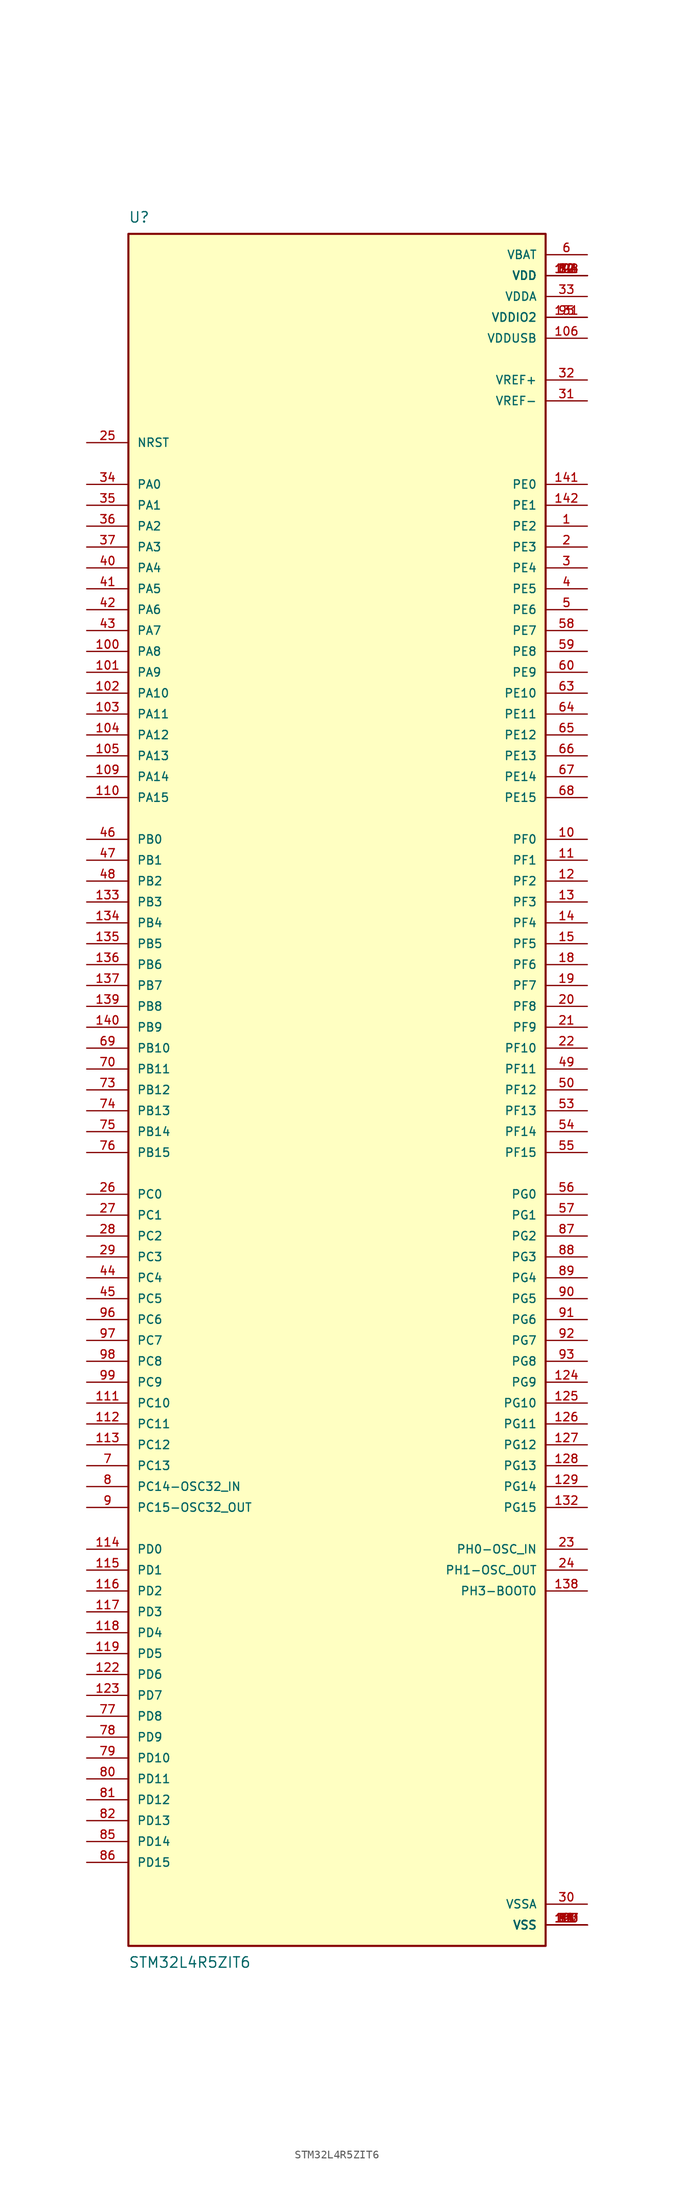
<source format=kicad_sym>
(kicad_symbol_lib
  (version 20211014)
  (generator kicad_symbol_editor)
  (symbol "STM32L4R5ZIT6"
    (pin_names
      (offset 1.016))
    (property "Reference" "U"
      (at -25.4 105.41 0)
      (effects (font (size 1.27 1.27)) (justify bottom left)))
    (property "Value" "STM32L4R5ZIT6"
      (at -25.4 -105.41 0.0)
      (effects (font (size 1.27 1.27)) (justify top left)))
    (symbol "STM32L4R5ZIT6_0_0"
      (rectangle (start -25.4 -104.14) (end 25.4 104.14) (stroke (width 0.254)) (fill (type background)))
      (pin bidirectional line (at 30.48 68.58 180.0) (length 5.08) (name "PE2" (effects (font (size 1.016 1.016)))) (number "1" (effects (font (size 1.016 1.016)))))
      (pin bidirectional line (at 30.48 66.04 180.0) (length 5.08) (name "PE3" (effects (font (size 1.016 1.016)))) (number "2" (effects (font (size 1.016 1.016)))))
      (pin bidirectional line (at 30.48 63.5 180.0) (length 5.08) (name "PE4" (effects (font (size 1.016 1.016)))) (number "3" (effects (font (size 1.016 1.016)))))
      (pin bidirectional line (at 30.48 60.96 180.0) (length 5.08) (name "PE5" (effects (font (size 1.016 1.016)))) (number "4" (effects (font (size 1.016 1.016)))))
      (pin bidirectional line (at 30.48 58.42 180.0) (length 5.08) (name "PE6" (effects (font (size 1.016 1.016)))) (number "5" (effects (font (size 1.016 1.016)))))
      (pin power_in line (at 30.48 101.6 180.0) (length 5.08) (name "VBAT" (effects (font (size 1.016 1.016)))) (number "6" (effects (font (size 1.016 1.016)))))
      (pin bidirectional line (at -30.48 -45.72 0) (length 5.08) (name "PC13" (effects (font (size 1.016 1.016)))) (number "7" (effects (font (size 1.016 1.016)))))
      (pin bidirectional line (at -30.48 -48.26 0) (length 5.08) (name "PC14-OSC32_IN" (effects (font (size 1.016 1.016)))) (number "8" (effects (font (size 1.016 1.016)))))
      (pin bidirectional line (at -30.48 -50.8 0) (length 5.08) (name "PC15-OSC32_OUT" (effects (font (size 1.016 1.016)))) (number "9" (effects (font (size 1.016 1.016)))))
      (pin bidirectional line (at 30.48 30.48 180.0) (length 5.08) (name "PF0" (effects (font (size 1.016 1.016)))) (number "10" (effects (font (size 1.016 1.016)))))
      (pin bidirectional line (at 30.48 27.94 180.0) (length 5.08) (name "PF1" (effects (font (size 1.016 1.016)))) (number "11" (effects (font (size 1.016 1.016)))))
      (pin bidirectional line (at 30.48 25.4 180.0) (length 5.08) (name "PF2" (effects (font (size 1.016 1.016)))) (number "12" (effects (font (size 1.016 1.016)))))
      (pin bidirectional line (at 30.48 22.86 180.0) (length 5.08) (name "PF3" (effects (font (size 1.016 1.016)))) (number "13" (effects (font (size 1.016 1.016)))))
      (pin bidirectional line (at 30.48 20.32 180.0) (length 5.08) (name "PF4" (effects (font (size 1.016 1.016)))) (number "14" (effects (font (size 1.016 1.016)))))
      (pin bidirectional line (at 30.48 17.78 180.0) (length 5.08) (name "PF5" (effects (font (size 1.016 1.016)))) (number "15" (effects (font (size 1.016 1.016)))))
      (pin power_in line (at 30.48 -101.6 180.0) (length 5.08) (name "VSS" (effects (font (size 1.016 1.016)))) (number "16" (effects (font (size 1.016 1.016)))))
      (pin power_in line (at 30.48 -101.6 180.0) (length 5.08) (name "VSS" (effects (font (size 1.016 1.016)))) (number "38" (effects (font (size 1.016 1.016)))))
      (pin power_in line (at 30.48 -101.6 180.0) (length 5.08) (name "VSS" (effects (font (size 1.016 1.016)))) (number "51" (effects (font (size 1.016 1.016)))))
      (pin power_in line (at 30.48 -101.6 180.0) (length 5.08) (name "VSS" (effects (font (size 1.016 1.016)))) (number "61" (effects (font (size 1.016 1.016)))))
      (pin power_in line (at 30.48 -101.6 180.0) (length 5.08) (name "VSS" (effects (font (size 1.016 1.016)))) (number "71" (effects (font (size 1.016 1.016)))))
      (pin power_in line (at 30.48 -101.6 180.0) (length 5.08) (name "VSS" (effects (font (size 1.016 1.016)))) (number "83" (effects (font (size 1.016 1.016)))))
      (pin power_in line (at 30.48 -101.6 180.0) (length 5.08) (name "VSS" (effects (font (size 1.016 1.016)))) (number "94" (effects (font (size 1.016 1.016)))))
      (pin power_in line (at 30.48 -101.6 180.0) (length 5.08) (name "VSS" (effects (font (size 1.016 1.016)))) (number "107" (effects (font (size 1.016 1.016)))))
      (pin power_in line (at 30.48 -101.6 180.0) (length 5.08) (name "VSS" (effects (font (size 1.016 1.016)))) (number "120" (effects (font (size 1.016 1.016)))))
      (pin power_in line (at 30.48 -101.6 180.0) (length 5.08) (name "VSS" (effects (font (size 1.016 1.016)))) (number "130" (effects (font (size 1.016 1.016)))))
      (pin power_in line (at 30.48 -101.6 180.0) (length 5.08) (name "VSS" (effects (font (size 1.016 1.016)))) (number "143" (effects (font (size 1.016 1.016)))))
      (pin power_in line (at 30.48 99.06 180.0) (length 5.08) (name "VDD" (effects (font (size 1.016 1.016)))) (number "17" (effects (font (size 1.016 1.016)))))
      (pin power_in line (at 30.48 99.06 180.0) (length 5.08) (name "VDD" (effects (font (size 1.016 1.016)))) (number "39" (effects (font (size 1.016 1.016)))))
      (pin power_in line (at 30.48 99.06 180.0) (length 5.08) (name "VDD" (effects (font (size 1.016 1.016)))) (number "52" (effects (font (size 1.016 1.016)))))
      (pin power_in line (at 30.48 99.06 180.0) (length 5.08) (name "VDD" (effects (font (size 1.016 1.016)))) (number "62" (effects (font (size 1.016 1.016)))))
      (pin power_in line (at 30.48 99.06 180.0) (length 5.08) (name "VDD" (effects (font (size 1.016 1.016)))) (number "72" (effects (font (size 1.016 1.016)))))
      (pin power_in line (at 30.48 99.06 180.0) (length 5.08) (name "VDD" (effects (font (size 1.016 1.016)))) (number "84" (effects (font (size 1.016 1.016)))))
      (pin power_in line (at 30.48 99.06 180.0) (length 5.08) (name "VDD" (effects (font (size 1.016 1.016)))) (number "108" (effects (font (size 1.016 1.016)))))
      (pin power_in line (at 30.48 99.06 180.0) (length 5.08) (name "VDD" (effects (font (size 1.016 1.016)))) (number "121" (effects (font (size 1.016 1.016)))))
      (pin power_in line (at 30.48 99.06 180.0) (length 5.08) (name "VDD" (effects (font (size 1.016 1.016)))) (number "144" (effects (font (size 1.016 1.016)))))
      (pin bidirectional line (at 30.48 15.24 180.0) (length 5.08) (name "PF6" (effects (font (size 1.016 1.016)))) (number "18" (effects (font (size 1.016 1.016)))))
      (pin bidirectional line (at 30.48 12.7 180.0) (length 5.08) (name "PF7" (effects (font (size 1.016 1.016)))) (number "19" (effects (font (size 1.016 1.016)))))
      (pin bidirectional line (at 30.48 10.16 180.0) (length 5.08) (name "PF8" (effects (font (size 1.016 1.016)))) (number "20" (effects (font (size 1.016 1.016)))))
      (pin bidirectional line (at 30.48 7.62 180.0) (length 5.08) (name "PF9" (effects (font (size 1.016 1.016)))) (number "21" (effects (font (size 1.016 1.016)))))
      (pin bidirectional line (at 30.48 5.08 180.0) (length 5.08) (name "PF10" (effects (font (size 1.016 1.016)))) (number "22" (effects (font (size 1.016 1.016)))))
      (pin bidirectional line (at 30.48 -55.88 180.0) (length 5.08) (name "PH0-OSC_IN" (effects (font (size 1.016 1.016)))) (number "23" (effects (font (size 1.016 1.016)))))
      (pin bidirectional line (at 30.48 -58.42 180.0) (length 5.08) (name "PH1-OSC_OUT" (effects (font (size 1.016 1.016)))) (number "24" (effects (font (size 1.016 1.016)))))
      (pin bidirectional line (at -30.48 78.74 0) (length 5.08) (name "NRST" (effects (font (size 1.016 1.016)))) (number "25" (effects (font (size 1.016 1.016)))))
      (pin bidirectional line (at -30.48 -12.7 0) (length 5.08) (name "PC0" (effects (font (size 1.016 1.016)))) (number "26" (effects (font (size 1.016 1.016)))))
      (pin bidirectional line (at -30.48 -15.24 0) (length 5.08) (name "PC1" (effects (font (size 1.016 1.016)))) (number "27" (effects (font (size 1.016 1.016)))))
      (pin bidirectional line (at -30.48 -17.78 0) (length 5.08) (name "PC2" (effects (font (size 1.016 1.016)))) (number "28" (effects (font (size 1.016 1.016)))))
      (pin bidirectional line (at -30.48 -20.32 0) (length 5.08) (name "PC3" (effects (font (size 1.016 1.016)))) (number "29" (effects (font (size 1.016 1.016)))))
      (pin power_in line (at 30.48 -99.06 180.0) (length 5.08) (name "VSSA" (effects (font (size 1.016 1.016)))) (number "30" (effects (font (size 1.016 1.016)))))
      (pin power_in line (at 30.48 83.82 180.0) (length 5.08) (name "VREF-" (effects (font (size 1.016 1.016)))) (number "31" (effects (font (size 1.016 1.016)))))
      (pin power_in line (at 30.48 86.36 180.0) (length 5.08) (name "VREF+" (effects (font (size 1.016 1.016)))) (number "32" (effects (font (size 1.016 1.016)))))
      (pin power_in line (at 30.48 96.52 180.0) (length 5.08) (name "VDDA" (effects (font (size 1.016 1.016)))) (number "33" (effects (font (size 1.016 1.016)))))
      (pin bidirectional line (at -30.48 73.66 0) (length 5.08) (name "PA0" (effects (font (size 1.016 1.016)))) (number "34" (effects (font (size 1.016 1.016)))))
      (pin bidirectional line (at -30.48 71.12 0) (length 5.08) (name "PA1" (effects (font (size 1.016 1.016)))) (number "35" (effects (font (size 1.016 1.016)))))
      (pin bidirectional line (at -30.48 68.58 0) (length 5.08) (name "PA2" (effects (font (size 1.016 1.016)))) (number "36" (effects (font (size 1.016 1.016)))))
      (pin bidirectional line (at -30.48 66.04 0) (length 5.08) (name "PA3" (effects (font (size 1.016 1.016)))) (number "37" (effects (font (size 1.016 1.016)))))
      (pin bidirectional line (at -30.48 63.5 0) (length 5.08) (name "PA4" (effects (font (size 1.016 1.016)))) (number "40" (effects (font (size 1.016 1.016)))))
      (pin bidirectional line (at -30.48 60.96 0) (length 5.08) (name "PA5" (effects (font (size 1.016 1.016)))) (number "41" (effects (font (size 1.016 1.016)))))
      (pin bidirectional line (at -30.48 58.42 0) (length 5.08) (name "PA6" (effects (font (size 1.016 1.016)))) (number "42" (effects (font (size 1.016 1.016)))))
      (pin bidirectional line (at -30.48 55.88 0) (length 5.08) (name "PA7" (effects (font (size 1.016 1.016)))) (number "43" (effects (font (size 1.016 1.016)))))
      (pin bidirectional line (at -30.48 -22.86 0) (length 5.08) (name "PC4" (effects (font (size 1.016 1.016)))) (number "44" (effects (font (size 1.016 1.016)))))
      (pin bidirectional line (at -30.48 -25.4 0) (length 5.08) (name "PC5" (effects (font (size 1.016 1.016)))) (number "45" (effects (font (size 1.016 1.016)))))
      (pin bidirectional line (at -30.48 30.48 0) (length 5.08) (name "PB0" (effects (font (size 1.016 1.016)))) (number "46" (effects (font (size 1.016 1.016)))))
      (pin bidirectional line (at -30.48 27.94 0) (length 5.08) (name "PB1" (effects (font (size 1.016 1.016)))) (number "47" (effects (font (size 1.016 1.016)))))
      (pin bidirectional line (at -30.48 25.4 0) (length 5.08) (name "PB2" (effects (font (size 1.016 1.016)))) (number "48" (effects (font (size 1.016 1.016)))))
      (pin bidirectional line (at 30.48 2.54 180.0) (length 5.08) (name "PF11" (effects (font (size 1.016 1.016)))) (number "49" (effects (font (size 1.016 1.016)))))
      (pin bidirectional line (at 30.48 0.0 180.0) (length 5.08) (name "PF12" (effects (font (size 1.016 1.016)))) (number "50" (effects (font (size 1.016 1.016)))))
      (pin bidirectional line (at 30.48 -2.54 180.0) (length 5.08) (name "PF13" (effects (font (size 1.016 1.016)))) (number "53" (effects (font (size 1.016 1.016)))))
      (pin bidirectional line (at 30.48 -5.08 180.0) (length 5.08) (name "PF14" (effects (font (size 1.016 1.016)))) (number "54" (effects (font (size 1.016 1.016)))))
      (pin bidirectional line (at 30.48 -7.62 180.0) (length 5.08) (name "PF15" (effects (font (size 1.016 1.016)))) (number "55" (effects (font (size 1.016 1.016)))))
      (pin bidirectional line (at 30.48 -12.7 180.0) (length 5.08) (name "PG0" (effects (font (size 1.016 1.016)))) (number "56" (effects (font (size 1.016 1.016)))))
      (pin bidirectional line (at 30.48 -15.24 180.0) (length 5.08) (name "PG1" (effects (font (size 1.016 1.016)))) (number "57" (effects (font (size 1.016 1.016)))))
      (pin bidirectional line (at 30.48 55.88 180.0) (length 5.08) (name "PE7" (effects (font (size 1.016 1.016)))) (number "58" (effects (font (size 1.016 1.016)))))
      (pin bidirectional line (at 30.48 53.34 180.0) (length 5.08) (name "PE8" (effects (font (size 1.016 1.016)))) (number "59" (effects (font (size 1.016 1.016)))))
      (pin bidirectional line (at 30.48 50.8 180.0) (length 5.08) (name "PE9" (effects (font (size 1.016 1.016)))) (number "60" (effects (font (size 1.016 1.016)))))
      (pin bidirectional line (at 30.48 48.26 180.0) (length 5.08) (name "PE10" (effects (font (size 1.016 1.016)))) (number "63" (effects (font (size 1.016 1.016)))))
      (pin bidirectional line (at 30.48 45.72 180.0) (length 5.08) (name "PE11" (effects (font (size 1.016 1.016)))) (number "64" (effects (font (size 1.016 1.016)))))
      (pin bidirectional line (at 30.48 43.18 180.0) (length 5.08) (name "PE12" (effects (font (size 1.016 1.016)))) (number "65" (effects (font (size 1.016 1.016)))))
      (pin bidirectional line (at 30.48 40.64 180.0) (length 5.08) (name "PE13" (effects (font (size 1.016 1.016)))) (number "66" (effects (font (size 1.016 1.016)))))
      (pin bidirectional line (at 30.48 38.1 180.0) (length 5.08) (name "PE14" (effects (font (size 1.016 1.016)))) (number "67" (effects (font (size 1.016 1.016)))))
      (pin bidirectional line (at 30.48 35.56 180.0) (length 5.08) (name "PE15" (effects (font (size 1.016 1.016)))) (number "68" (effects (font (size 1.016 1.016)))))
      (pin bidirectional line (at -30.48 5.08 0) (length 5.08) (name "PB10" (effects (font (size 1.016 1.016)))) (number "69" (effects (font (size 1.016 1.016)))))
      (pin bidirectional line (at -30.48 2.54 0) (length 5.08) (name "PB11" (effects (font (size 1.016 1.016)))) (number "70" (effects (font (size 1.016 1.016)))))
      (pin bidirectional line (at -30.48 0.0 0) (length 5.08) (name "PB12" (effects (font (size 1.016 1.016)))) (number "73" (effects (font (size 1.016 1.016)))))
      (pin bidirectional line (at -30.48 -2.54 0) (length 5.08) (name "PB13" (effects (font (size 1.016 1.016)))) (number "74" (effects (font (size 1.016 1.016)))))
      (pin bidirectional line (at -30.48 -5.08 0) (length 5.08) (name "PB14" (effects (font (size 1.016 1.016)))) (number "75" (effects (font (size 1.016 1.016)))))
      (pin bidirectional line (at -30.48 -7.62 0) (length 5.08) (name "PB15" (effects (font (size 1.016 1.016)))) (number "76" (effects (font (size 1.016 1.016)))))
      (pin bidirectional line (at -30.48 -76.2 0) (length 5.08) (name "PD8" (effects (font (size 1.016 1.016)))) (number "77" (effects (font (size 1.016 1.016)))))
      (pin bidirectional line (at -30.48 -78.74 0) (length 5.08) (name "PD9" (effects (font (size 1.016 1.016)))) (number "78" (effects (font (size 1.016 1.016)))))
      (pin bidirectional line (at -30.48 -81.28 0) (length 5.08) (name "PD10" (effects (font (size 1.016 1.016)))) (number "79" (effects (font (size 1.016 1.016)))))
      (pin bidirectional line (at -30.48 -83.82 0) (length 5.08) (name "PD11" (effects (font (size 1.016 1.016)))) (number "80" (effects (font (size 1.016 1.016)))))
      (pin bidirectional line (at -30.48 -86.36 0) (length 5.08) (name "PD12" (effects (font (size 1.016 1.016)))) (number "81" (effects (font (size 1.016 1.016)))))
      (pin bidirectional line (at -30.48 -88.9 0) (length 5.08) (name "PD13" (effects (font (size 1.016 1.016)))) (number "82" (effects (font (size 1.016 1.016)))))
      (pin bidirectional line (at -30.48 -91.44 0) (length 5.08) (name "PD14" (effects (font (size 1.016 1.016)))) (number "85" (effects (font (size 1.016 1.016)))))
      (pin bidirectional line (at -30.48 -93.98 0) (length 5.08) (name "PD15" (effects (font (size 1.016 1.016)))) (number "86" (effects (font (size 1.016 1.016)))))
      (pin bidirectional line (at 30.48 -17.78 180.0) (length 5.08) (name "PG2" (effects (font (size 1.016 1.016)))) (number "87" (effects (font (size 1.016 1.016)))))
      (pin bidirectional line (at 30.48 -20.32 180.0) (length 5.08) (name "PG3" (effects (font (size 1.016 1.016)))) (number "88" (effects (font (size 1.016 1.016)))))
      (pin bidirectional line (at 30.48 -22.86 180.0) (length 5.08) (name "PG4" (effects (font (size 1.016 1.016)))) (number "89" (effects (font (size 1.016 1.016)))))
      (pin bidirectional line (at 30.48 -25.4 180.0) (length 5.08) (name "PG5" (effects (font (size 1.016 1.016)))) (number "90" (effects (font (size 1.016 1.016)))))
      (pin bidirectional line (at 30.48 -27.94 180.0) (length 5.08) (name "PG6" (effects (font (size 1.016 1.016)))) (number "91" (effects (font (size 1.016 1.016)))))
      (pin bidirectional line (at 30.48 -30.48 180.0) (length 5.08) (name "PG7" (effects (font (size 1.016 1.016)))) (number "92" (effects (font (size 1.016 1.016)))))
      (pin bidirectional line (at 30.48 -33.02 180.0) (length 5.08) (name "PG8" (effects (font (size 1.016 1.016)))) (number "93" (effects (font (size 1.016 1.016)))))
      (pin power_in line (at 30.48 93.98 180.0) (length 5.08) (name "VDDIO2" (effects (font (size 1.016 1.016)))) (number "95" (effects (font (size 1.016 1.016)))))
      (pin power_in line (at 30.48 93.98 180.0) (length 5.08) (name "VDDIO2" (effects (font (size 1.016 1.016)))) (number "131" (effects (font (size 1.016 1.016)))))
      (pin bidirectional line (at -30.48 -27.94 0) (length 5.08) (name "PC6" (effects (font (size 1.016 1.016)))) (number "96" (effects (font (size 1.016 1.016)))))
      (pin bidirectional line (at -30.48 -30.48 0) (length 5.08) (name "PC7" (effects (font (size 1.016 1.016)))) (number "97" (effects (font (size 1.016 1.016)))))
      (pin bidirectional line (at -30.48 -33.02 0) (length 5.08) (name "PC8" (effects (font (size 1.016 1.016)))) (number "98" (effects (font (size 1.016 1.016)))))
      (pin bidirectional line (at -30.48 -35.56 0) (length 5.08) (name "PC9" (effects (font (size 1.016 1.016)))) (number "99" (effects (font (size 1.016 1.016)))))
      (pin bidirectional line (at -30.48 53.34 0) (length 5.08) (name "PA8" (effects (font (size 1.016 1.016)))) (number "100" (effects (font (size 1.016 1.016)))))
      (pin bidirectional line (at -30.48 50.8 0) (length 5.08) (name "PA9" (effects (font (size 1.016 1.016)))) (number "101" (effects (font (size 1.016 1.016)))))
      (pin bidirectional line (at -30.48 48.26 0) (length 5.08) (name "PA10" (effects (font (size 1.016 1.016)))) (number "102" (effects (font (size 1.016 1.016)))))
      (pin bidirectional line (at -30.48 45.72 0) (length 5.08) (name "PA11" (effects (font (size 1.016 1.016)))) (number "103" (effects (font (size 1.016 1.016)))))
      (pin bidirectional line (at -30.48 43.18 0) (length 5.08) (name "PA12" (effects (font (size 1.016 1.016)))) (number "104" (effects (font (size 1.016 1.016)))))
      (pin bidirectional line (at -30.48 40.64 0) (length 5.08) (name "PA13" (effects (font (size 1.016 1.016)))) (number "105" (effects (font (size 1.016 1.016)))))
      (pin power_in line (at 30.48 91.44 180.0) (length 5.08) (name "VDDUSB" (effects (font (size 1.016 1.016)))) (number "106" (effects (font (size 1.016 1.016)))))
      (pin bidirectional line (at -30.48 38.1 0) (length 5.08) (name "PA14" (effects (font (size 1.016 1.016)))) (number "109" (effects (font (size 1.016 1.016)))))
      (pin bidirectional line (at -30.48 35.56 0) (length 5.08) (name "PA15" (effects (font (size 1.016 1.016)))) (number "110" (effects (font (size 1.016 1.016)))))
      (pin bidirectional line (at -30.48 -38.1 0) (length 5.08) (name "PC10" (effects (font (size 1.016 1.016)))) (number "111" (effects (font (size 1.016 1.016)))))
      (pin bidirectional line (at -30.48 -40.64 0) (length 5.08) (name "PC11" (effects (font (size 1.016 1.016)))) (number "112" (effects (font (size 1.016 1.016)))))
      (pin bidirectional line (at -30.48 -43.18 0) (length 5.08) (name "PC12" (effects (font (size 1.016 1.016)))) (number "113" (effects (font (size 1.016 1.016)))))
      (pin bidirectional line (at -30.48 -55.88 0) (length 5.08) (name "PD0" (effects (font (size 1.016 1.016)))) (number "114" (effects (font (size 1.016 1.016)))))
      (pin bidirectional line (at -30.48 -58.42 0) (length 5.08) (name "PD1" (effects (font (size 1.016 1.016)))) (number "115" (effects (font (size 1.016 1.016)))))
      (pin bidirectional line (at -30.48 -60.96 0) (length 5.08) (name "PD2" (effects (font (size 1.016 1.016)))) (number "116" (effects (font (size 1.016 1.016)))))
      (pin bidirectional line (at -30.48 -63.5 0) (length 5.08) (name "PD3" (effects (font (size 1.016 1.016)))) (number "117" (effects (font (size 1.016 1.016)))))
      (pin bidirectional line (at -30.48 -66.04 0) (length 5.08) (name "PD4" (effects (font (size 1.016 1.016)))) (number "118" (effects (font (size 1.016 1.016)))))
      (pin bidirectional line (at -30.48 -68.58 0) (length 5.08) (name "PD5" (effects (font (size 1.016 1.016)))) (number "119" (effects (font (size 1.016 1.016)))))
      (pin bidirectional line (at -30.48 -71.12 0) (length 5.08) (name "PD6" (effects (font (size 1.016 1.016)))) (number "122" (effects (font (size 1.016 1.016)))))
      (pin bidirectional line (at -30.48 -73.66 0) (length 5.08) (name "PD7" (effects (font (size 1.016 1.016)))) (number "123" (effects (font (size 1.016 1.016)))))
      (pin bidirectional line (at 30.48 -35.56 180.0) (length 5.08) (name "PG9" (effects (font (size 1.016 1.016)))) (number "124" (effects (font (size 1.016 1.016)))))
      (pin bidirectional line (at 30.48 -38.1 180.0) (length 5.08) (name "PG10" (effects (font (size 1.016 1.016)))) (number "125" (effects (font (size 1.016 1.016)))))
      (pin bidirectional line (at 30.48 -40.64 180.0) (length 5.08) (name "PG11" (effects (font (size 1.016 1.016)))) (number "126" (effects (font (size 1.016 1.016)))))
      (pin bidirectional line (at 30.48 -43.18 180.0) (length 5.08) (name "PG12" (effects (font (size 1.016 1.016)))) (number "127" (effects (font (size 1.016 1.016)))))
      (pin bidirectional line (at 30.48 -45.72 180.0) (length 5.08) (name "PG13" (effects (font (size 1.016 1.016)))) (number "128" (effects (font (size 1.016 1.016)))))
      (pin bidirectional line (at 30.48 -48.26 180.0) (length 5.08) (name "PG14" (effects (font (size 1.016 1.016)))) (number "129" (effects (font (size 1.016 1.016)))))
      (pin bidirectional line (at 30.48 -50.8 180.0) (length 5.08) (name "PG15" (effects (font (size 1.016 1.016)))) (number "132" (effects (font (size 1.016 1.016)))))
      (pin bidirectional line (at -30.48 22.86 0) (length 5.08) (name "PB3" (effects (font (size 1.016 1.016)))) (number "133" (effects (font (size 1.016 1.016)))))
      (pin bidirectional line (at -30.48 20.32 0) (length 5.08) (name "PB4" (effects (font (size 1.016 1.016)))) (number "134" (effects (font (size 1.016 1.016)))))
      (pin bidirectional line (at -30.48 17.78 0) (length 5.08) (name "PB5" (effects (font (size 1.016 1.016)))) (number "135" (effects (font (size 1.016 1.016)))))
      (pin bidirectional line (at -30.48 15.24 0) (length 5.08) (name "PB6" (effects (font (size 1.016 1.016)))) (number "136" (effects (font (size 1.016 1.016)))))
      (pin bidirectional line (at -30.48 12.7 0) (length 5.08) (name "PB7" (effects (font (size 1.016 1.016)))) (number "137" (effects (font (size 1.016 1.016)))))
      (pin bidirectional line (at 30.48 -60.96 180.0) (length 5.08) (name "PH3-BOOT0" (effects (font (size 1.016 1.016)))) (number "138" (effects (font (size 1.016 1.016)))))
      (pin bidirectional line (at -30.48 10.16 0) (length 5.08) (name "PB8" (effects (font (size 1.016 1.016)))) (number "139" (effects (font (size 1.016 1.016)))))
      (pin bidirectional line (at -30.48 7.62 0) (length 5.08) (name "PB9" (effects (font (size 1.016 1.016)))) (number "140" (effects (font (size 1.016 1.016)))))
      (pin bidirectional line (at 30.48 73.66 180.0) (length 5.08) (name "PE0" (effects (font (size 1.016 1.016)))) (number "141" (effects (font (size 1.016 1.016)))))
      (pin bidirectional line (at 30.48 71.12 180.0) (length 5.08) (name "PE1" (effects (font (size 1.016 1.016)))) (number "142" (effects (font (size 1.016 1.016))))))))
</source>
